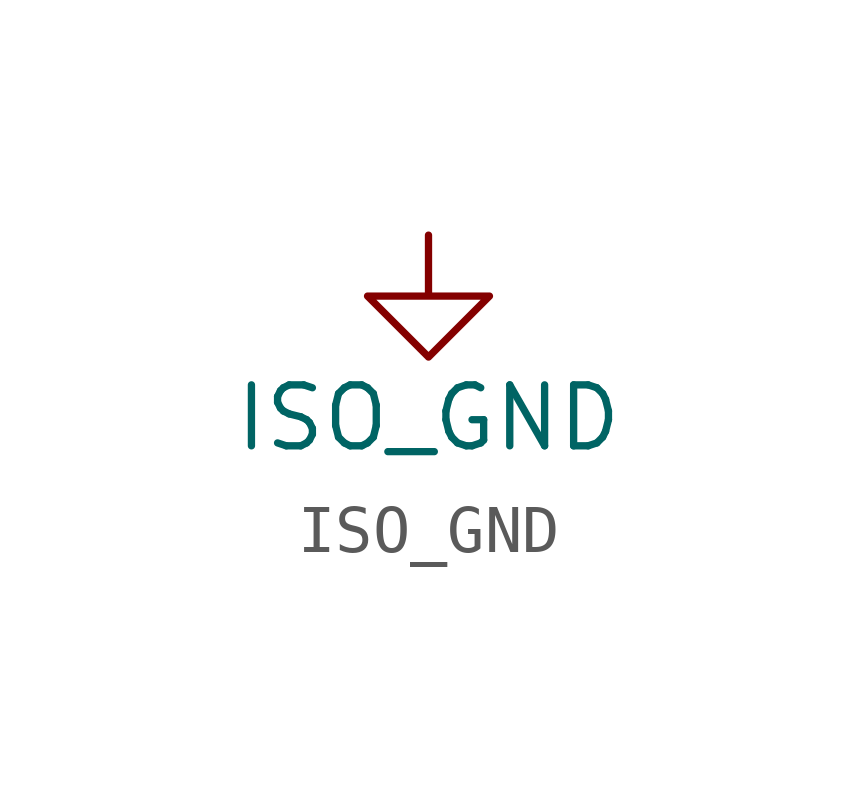
<source format=kicad_sym>
(kicad_symbol_lib
  (version 20241209)
  (generator "kicad_symbol_editor")
  (generator_version "9.0")
  (symbol "ISO_GND"
    (power)
    (pin_names
      (offset 0))
    (property "Reference" "#PWR"
      (at 0 -6.35 0)
      (effects (font (size 1.27 1.27)) (hide yes)))
    (property "Value" "ISO_GND"
      (at 0 -3.81 0)
      (effects (font (size 1.27 1.27))))
    (symbol "ISO_GND_0_1"
      (polyline (pts (xy 0 0) (xy 0 -1.27) (xy 1.27 -1.27) (xy 0 -2.54) (xy -1.27 -1.27) (xy 0 -1.27)) (stroke (width 0) (type default)) (fill (type none))))
    (symbol "ISO_GND_1_1"
      (pin power_in line (at 0 0 270) (length 0) (hide yes) (name "ISO_GND" (effects (font (size 1.27 1.27)))) (number "1" (effects (font (size 1.27 1.27))))))))
</source>
